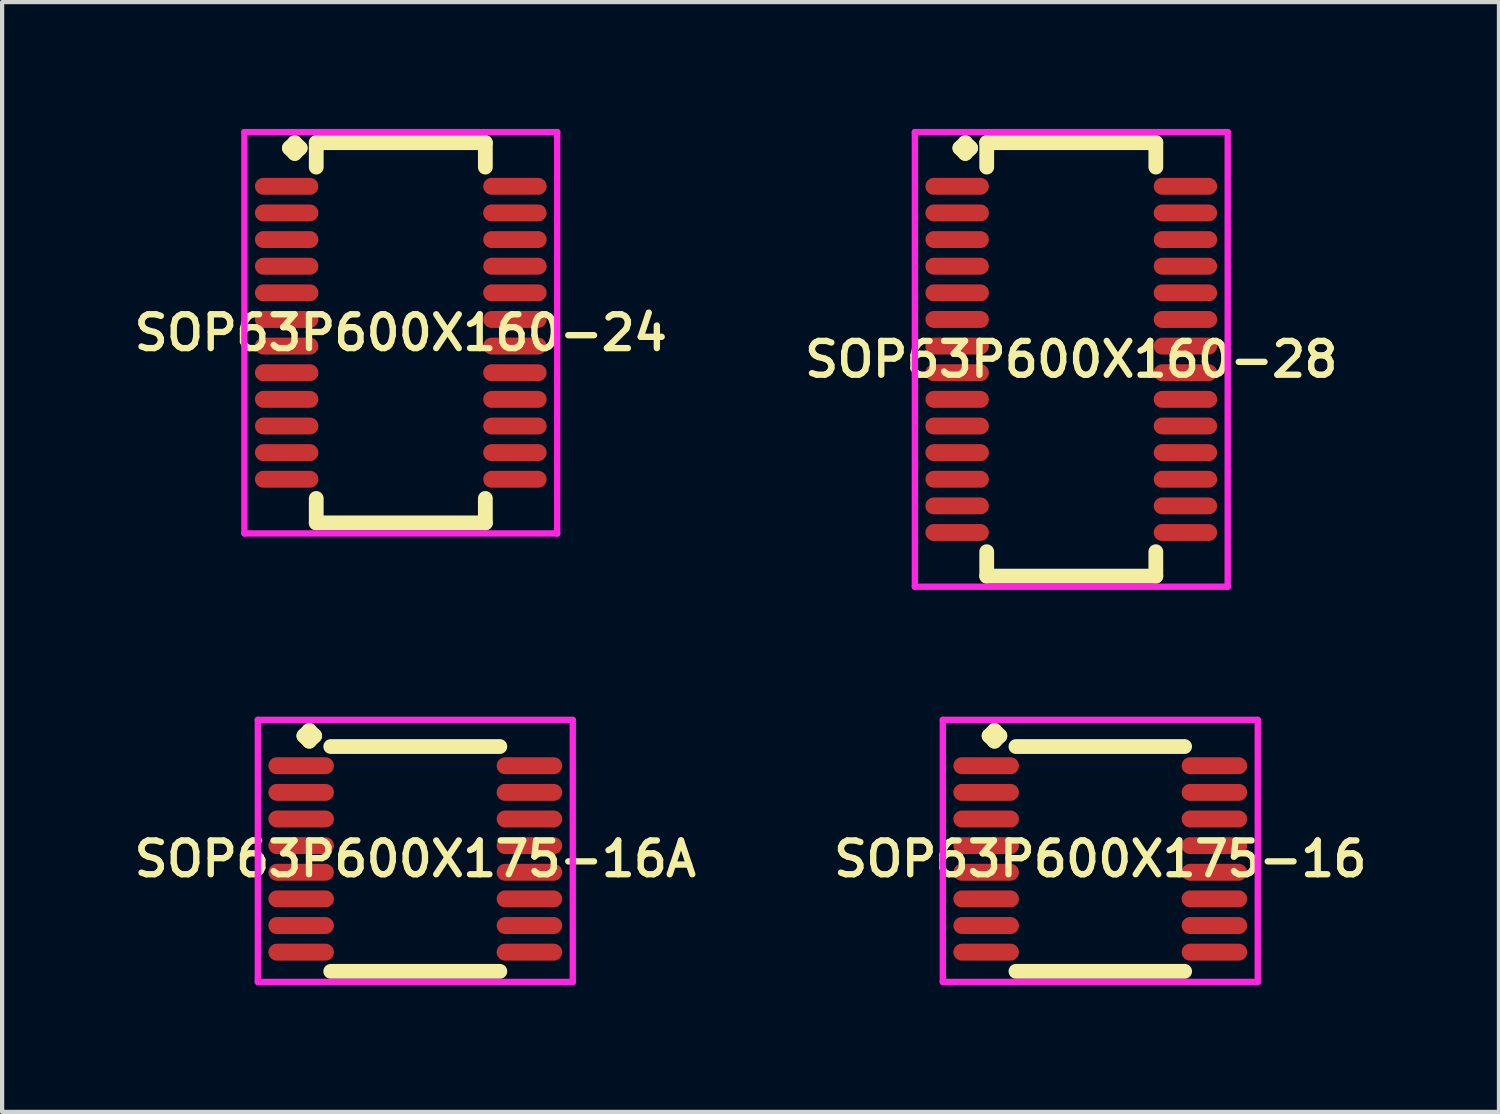
<source format=kicad_pcb>
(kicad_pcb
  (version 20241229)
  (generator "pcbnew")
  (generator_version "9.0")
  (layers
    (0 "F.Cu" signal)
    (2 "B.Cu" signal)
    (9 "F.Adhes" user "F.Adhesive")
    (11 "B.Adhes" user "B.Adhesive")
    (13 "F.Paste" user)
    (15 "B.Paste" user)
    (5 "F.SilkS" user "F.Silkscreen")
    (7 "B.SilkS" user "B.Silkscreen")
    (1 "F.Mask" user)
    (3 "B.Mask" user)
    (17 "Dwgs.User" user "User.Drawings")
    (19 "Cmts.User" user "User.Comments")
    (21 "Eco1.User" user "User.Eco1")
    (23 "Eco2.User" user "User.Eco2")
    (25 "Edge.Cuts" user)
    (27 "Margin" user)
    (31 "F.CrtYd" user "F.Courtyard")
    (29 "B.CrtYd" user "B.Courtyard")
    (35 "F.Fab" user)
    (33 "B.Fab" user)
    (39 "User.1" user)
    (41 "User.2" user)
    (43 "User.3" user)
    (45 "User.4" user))
  (footprint "SOP63P600X175-16"
    (layer "F.Cu")
    (at 22.978 17.269)
    (property "Reference" "SOP63P600X175-16" (at 0 0 0) (layer "F.SilkS") (effects (font (size 0.8 0.8) (thickness 0.15))))
    (attr smd)
    (fp_line (start -2.63 -2.913) (end -2.503 -3.04) (stroke (width 0.35) (type solid)) (layer "F.SilkS"))
    (fp_line (start -2.503 -3.04) (end -2.376 -2.913) (stroke (width 0.35) (type solid)) (layer "F.SilkS"))
    (fp_line (start -2.503 -2.786) (end -2.63 -2.913) (stroke (width 0.35) (type solid)) (layer "F.SilkS"))
    (fp_line (start -2.376 -2.913) (end -2.503 -2.786) (stroke (width 0.35) (type solid)) (layer "F.SilkS"))
    (fp_line (start -1.995 -2.659) (end 1.995 -2.659) (stroke (width 0.35) (type solid)) (layer "F.SilkS"))
    (fp_line (start -1.995 2.659) (end 1.995 2.659) (stroke (width 0.35) (type solid)) (layer "F.SilkS"))
    (fp_line (start -3.725 -3.29) (end 3.725 -3.29) (stroke (width 0.15) (type solid)) (layer "F.CrtYd"))
    (fp_line (start -3.725 2.909) (end -3.725 -3.29) (stroke (width 0.15) (type solid)) (layer "F.CrtYd"))
    (fp_line (start 3.725 -3.29) (end 3.725 2.909) (stroke (width 0.15) (type solid)) (layer "F.CrtYd"))
    (fp_line (start 3.725 2.909) (end -3.725 2.909) (stroke (width 0.15) (type solid)) (layer "F.CrtYd"))
    (pad "1" smd oval (at -2.7 -2.205) (size 1.55 0.4) (layers "F.Cu" "F.Mask" "F.Paste"))
    (pad "2" smd oval (at -2.7 -1.575) (size 1.55 0.4) (layers "F.Cu" "F.Mask" "F.Paste"))
    (pad "3" smd oval (at -2.7 -0.945) (size 1.55 0.4) (layers "F.Cu" "F.Mask" "F.Paste"))
    (pad "4" smd oval (at -2.7 -0.315) (size 1.55 0.4) (layers "F.Cu" "F.Mask" "F.Paste"))
    (pad "5" smd oval (at -2.7 0.315) (size 1.55 0.4) (layers "F.Cu" "F.Mask" "F.Paste"))
    (pad "6" smd oval (at -2.7 0.945) (size 1.55 0.4) (layers "F.Cu" "F.Mask" "F.Paste"))
    (pad "7" smd oval (at -2.7 1.575) (size 1.55 0.4) (layers "F.Cu" "F.Mask" "F.Paste"))
    (pad "8" smd oval (at -2.7 2.205) (size 1.55 0.4) (layers "F.Cu" "F.Mask" "F.Paste"))
    (pad "9" smd oval (at 2.7 2.205) (size 1.55 0.4) (layers "F.Cu" "F.Mask" "F.Paste"))
    (pad "10" smd oval (at 2.7 1.575) (size 1.55 0.4) (layers "F.Cu" "F.Mask" "F.Paste"))
    (pad "11" smd oval (at 2.7 0.945) (size 1.55 0.4) (layers "F.Cu" "F.Mask" "F.Paste"))
    (pad "12" smd oval (at 2.7 0.315) (size 1.55 0.4) (layers "F.Cu" "F.Mask" "F.Paste"))
    (pad "13" smd oval (at 2.7 -0.315) (size 1.55 0.4) (layers "F.Cu" "F.Mask" "F.Paste"))
    (pad "14" smd oval (at 2.7 -0.945) (size 1.55 0.4) (layers "F.Cu" "F.Mask" "F.Paste"))
    (pad "15" smd oval (at 2.7 -1.575) (size 1.55 0.4) (layers "F.Cu" "F.Mask" "F.Paste"))
    (pad "16" smd oval (at 2.7 -2.205) (size 1.55 0.4) (layers "F.Cu" "F.Mask" "F.Paste")))
  (footprint "SOP63P600X160-24"
    (layer "F.Cu")
    (at 6.431 4.822)
    (property "Reference" "SOP63P600X160-24" (at 0 0 0) (layer "F.SilkS") (effects (font (size 0.8 0.8) (thickness 0.15))))
    (attr through_hole)
    (fp_line (start -2.635 -4.37) (end -2.508 -4.497) (stroke (width 0.35) (type solid)) (layer "F.SilkS"))
    (fp_line (start -2.508 -4.497) (end -2.381 -4.37) (stroke (width 0.35) (type solid)) (layer "F.SilkS"))
    (fp_line (start -2.508 -4.243) (end -2.635 -4.37) (stroke (width 0.35) (type solid)) (layer "F.SilkS"))
    (fp_line (start -2.381 -4.37) (end -2.508 -4.243) (stroke (width 0.35) (type solid)) (layer "F.SilkS"))
    (fp_line (start -2 -4.497) (end 2 -4.497) (stroke (width 0.35) (type solid)) (layer "F.SilkS"))
    (fp_line (start -2 -3.919) (end -2 -4.497) (stroke (width 0.35) (type solid)) (layer "F.SilkS"))
    (fp_line (start -2 3.919) (end -2 4.497) (stroke (width 0.35) (type solid)) (layer "F.SilkS"))
    (fp_line (start -2 4.497) (end 2 4.497) (stroke (width 0.35) (type solid)) (layer "F.SilkS"))
    (fp_line (start 2 -4.497) (end 2 -3.919) (stroke (width 0.35) (type solid)) (layer "F.SilkS"))
    (fp_line (start 2 4.497) (end 2 3.919) (stroke (width 0.35) (type solid)) (layer "F.SilkS"))
    (fp_line (start -3.7 -4.747) (end 3.7 -4.747) (stroke (width 0.15) (type solid)) (layer "F.CrtYd"))
    (fp_line (start -3.7 4.747) (end -3.7 -4.747) (stroke (width 0.15) (type solid)) (layer "F.CrtYd"))
    (fp_line (start 3.7 -4.747) (end 3.7 4.747) (stroke (width 0.15) (type solid)) (layer "F.CrtYd"))
    (fp_line (start 3.7 4.747) (end -3.7 4.747) (stroke (width 0.15) (type solid)) (layer "F.CrtYd"))
    (pad "1" smd oval (at -2.7 -3.465) (size 1.5 0.4) (layers "F.Cu" "F.Mask" "F.Paste"))
    (pad "2" smd oval (at -2.7 -2.835) (size 1.5 0.4) (layers "F.Cu" "F.Mask" "F.Paste"))
    (pad "3" smd oval (at -2.7 -2.205) (size 1.5 0.4) (layers "F.Cu" "F.Mask" "F.Paste"))
    (pad "4" smd oval (at -2.7 -1.575) (size 1.5 0.4) (layers "F.Cu" "F.Mask" "F.Paste"))
    (pad "5" smd oval (at -2.7 -0.945) (size 1.5 0.4) (layers "F.Cu" "F.Mask" "F.Paste"))
    (pad "6" smd oval (at -2.7 -0.315) (size 1.5 0.4) (layers "F.Cu" "F.Mask" "F.Paste"))
    (pad "7" smd oval (at -2.7 0.315) (size 1.5 0.4) (layers "F.Cu" "F.Mask" "F.Paste"))
    (pad "8" smd oval (at -2.7 0.945) (size 1.5 0.4) (layers "F.Cu" "F.Mask" "F.Paste"))
    (pad "9" smd oval (at -2.7 1.575) (size 1.5 0.4) (layers "F.Cu" "F.Mask" "F.Paste"))
    (pad "10" smd oval (at -2.7 2.205) (size 1.5 0.4) (layers "F.Cu" "F.Mask" "F.Paste"))
    (pad "11" smd oval (at -2.7 2.835) (size 1.5 0.4) (layers "F.Cu" "F.Mask" "F.Paste"))
    (pad "12" smd oval (at -2.7 3.465) (size 1.5 0.4) (layers "F.Cu" "F.Mask" "F.Paste"))
    (pad "13" smd oval (at 2.7 3.465) (size 1.5 0.4) (layers "F.Cu" "F.Mask" "F.Paste"))
    (pad "14" smd oval (at 2.7 2.835) (size 1.5 0.4) (layers "F.Cu" "F.Mask" "F.Paste"))
    (pad "15" smd oval (at 2.7 2.205) (size 1.5 0.4) (layers "F.Cu" "F.Mask" "F.Paste"))
    (pad "16" smd oval (at 2.7 1.575) (size 1.5 0.4) (layers "F.Cu" "F.Mask" "F.Paste"))
    (pad "17" smd oval (at 2.7 0.945) (size 1.5 0.4) (layers "F.Cu" "F.Mask" "F.Paste"))
    (pad "18" smd oval (at 2.7 0.315) (size 1.5 0.4) (layers "F.Cu" "F.Mask" "F.Paste"))
    (pad "19" smd oval (at 2.7 -0.315) (size 1.5 0.4) (layers "F.Cu" "F.Mask" "F.Paste"))
    (pad "20" smd oval (at 2.7 -0.945) (size 1.5 0.4) (layers "F.Cu" "F.Mask" "F.Paste"))
    (pad "21" smd oval (at 2.7 -1.575) (size 1.5 0.4) (layers "F.Cu" "F.Mask" "F.Paste"))
    (pad "22" smd oval (at 2.7 -2.205) (size 1.5 0.4) (layers "F.Cu" "F.Mask" "F.Paste"))
    (pad "23" smd oval (at 2.7 -2.835) (size 1.5 0.4) (layers "F.Cu" "F.Mask" "F.Paste"))
    (pad "24" smd oval (at 2.7 -3.465) (size 1.5 0.4) (layers "F.Cu" "F.Mask" "F.Paste")))
  (footprint "SOP63P600X160-28"
    (layer "F.Cu")
    (at 22.292 5.452)
    (property "Reference" "SOP63P600X160-28" (at 0 0 0) (layer "F.SilkS") (effects (font (size 0.8 0.8) (thickness 0.15))))
    (attr through_hole)
    (fp_line (start -2.635 -5) (end -2.508 -5.127) (stroke (width 0.35) (type solid)) (layer "F.SilkS"))
    (fp_line (start -2.508 -5.127) (end -2.381 -5) (stroke (width 0.35) (type solid)) (layer "F.SilkS"))
    (fp_line (start -2.508 -4.873) (end -2.635 -5) (stroke (width 0.35) (type solid)) (layer "F.SilkS"))
    (fp_line (start -2.381 -5) (end -2.508 -4.873) (stroke (width 0.35) (type solid)) (layer "F.SilkS"))
    (fp_line (start -2 -5.127) (end 2 -5.127) (stroke (width 0.35) (type solid)) (layer "F.SilkS"))
    (fp_line (start -2 -4.549) (end -2 -5.127) (stroke (width 0.35) (type solid)) (layer "F.SilkS"))
    (fp_line (start -2 4.549) (end -2 5.127) (stroke (width 0.35) (type solid)) (layer "F.SilkS"))
    (fp_line (start -2 5.127) (end 2 5.127) (stroke (width 0.35) (type solid)) (layer "F.SilkS"))
    (fp_line (start 2 -5.127) (end 2 -4.549) (stroke (width 0.35) (type solid)) (layer "F.SilkS"))
    (fp_line (start 2 5.127) (end 2 4.549) (stroke (width 0.35) (type solid)) (layer "F.SilkS"))
    (fp_line (start -3.7 -5.377) (end 3.7 -5.377) (stroke (width 0.15) (type solid)) (layer "F.CrtYd"))
    (fp_line (start -3.7 5.377) (end -3.7 -5.377) (stroke (width 0.15) (type solid)) (layer "F.CrtYd"))
    (fp_line (start 3.7 -5.377) (end 3.7 5.377) (stroke (width 0.15) (type solid)) (layer "F.CrtYd"))
    (fp_line (start 3.7 5.377) (end -3.7 5.377) (stroke (width 0.15) (type solid)) (layer "F.CrtYd"))
    (pad "1" smd oval (at -2.7 -4.095) (size 1.5 0.4) (layers "F.Cu" "F.Mask" "F.Paste"))
    (pad "2" smd oval (at -2.7 -3.465) (size 1.5 0.4) (layers "F.Cu" "F.Mask" "F.Paste"))
    (pad "3" smd oval (at -2.7 -2.835) (size 1.5 0.4) (layers "F.Cu" "F.Mask" "F.Paste"))
    (pad "4" smd oval (at -2.7 -2.205) (size 1.5 0.4) (layers "F.Cu" "F.Mask" "F.Paste"))
    (pad "5" smd oval (at -2.7 -1.575) (size 1.5 0.4) (layers "F.Cu" "F.Mask" "F.Paste"))
    (pad "6" smd oval (at -2.7 -0.945) (size 1.5 0.4) (layers "F.Cu" "F.Mask" "F.Paste"))
    (pad "7" smd oval (at -2.7 -0.315) (size 1.5 0.4) (layers "F.Cu" "F.Mask" "F.Paste"))
    (pad "8" smd oval (at -2.7 0.315) (size 1.5 0.4) (layers "F.Cu" "F.Mask" "F.Paste"))
    (pad "9" smd oval (at -2.7 0.945) (size 1.5 0.4) (layers "F.Cu" "F.Mask" "F.Paste"))
    (pad "10" smd oval (at -2.7 1.575) (size 1.5 0.4) (layers "F.Cu" "F.Mask" "F.Paste"))
    (pad "11" smd oval (at -2.7 2.205) (size 1.5 0.4) (layers "F.Cu" "F.Mask" "F.Paste"))
    (pad "12" smd oval (at -2.7 2.835) (size 1.5 0.4) (layers "F.Cu" "F.Mask" "F.Paste"))
    (pad "13" smd oval (at -2.7 3.465) (size 1.5 0.4) (layers "F.Cu" "F.Mask" "F.Paste"))
    (pad "14" smd oval (at -2.7 4.095) (size 1.5 0.4) (layers "F.Cu" "F.Mask" "F.Paste"))
    (pad "15" smd oval (at 2.7 4.095) (size 1.5 0.4) (layers "F.Cu" "F.Mask" "F.Paste"))
    (pad "16" smd oval (at 2.7 3.465) (size 1.5 0.4) (layers "F.Cu" "F.Mask" "F.Paste"))
    (pad "17" smd oval (at 2.7 2.835) (size 1.5 0.4) (layers "F.Cu" "F.Mask" "F.Paste"))
    (pad "18" smd oval (at 2.7 2.205) (size 1.5 0.4) (layers "F.Cu" "F.Mask" "F.Paste"))
    (pad "19" smd oval (at 2.7 1.575) (size 1.5 0.4) (layers "F.Cu" "F.Mask" "F.Paste"))
    (pad "20" smd oval (at 2.7 0.945) (size 1.5 0.4) (layers "F.Cu" "F.Mask" "F.Paste"))
    (pad "21" smd oval (at 2.7 0.315) (size 1.5 0.4) (layers "F.Cu" "F.Mask" "F.Paste"))
    (pad "22" smd oval (at 2.7 -0.315) (size 1.5 0.4) (layers "F.Cu" "F.Mask" "F.Paste"))
    (pad "23" smd oval (at 2.7 -0.945) (size 1.5 0.4) (layers "F.Cu" "F.Mask" "F.Paste"))
    (pad "24" smd oval (at 2.7 -1.575) (size 1.5 0.4) (layers "F.Cu" "F.Mask" "F.Paste"))
    (pad "25" smd oval (at 2.7 -2.205) (size 1.5 0.4) (layers "F.Cu" "F.Mask" "F.Paste"))
    (pad "26" smd oval (at 2.7 -2.835) (size 1.5 0.4) (layers "F.Cu" "F.Mask" "F.Paste"))
    (pad "27" smd oval (at 2.7 -3.465) (size 1.5 0.4) (layers "F.Cu" "F.Mask" "F.Paste"))
    (pad "28" smd oval (at 2.7 -4.095) (size 1.5 0.4) (layers "F.Cu" "F.Mask" "F.Paste")))
  (footprint "SOP63P600X175-16A"
    (layer "F.Cu")
    (at 6.774 17.269)
    (property "Reference" "SOP63P600X175-16A" (at 0 0 0) (layer "F.SilkS") (effects (font (size 0.8 0.8) (thickness 0.15))))
    (attr smd)
    (fp_line (start -2.635 -2.913) (end -2.508 -3.04) (stroke (width 0.35) (type solid)) (layer "F.SilkS"))
    (fp_line (start -2.508 -3.04) (end -2.381 -2.913) (stroke (width 0.35) (type solid)) (layer "F.SilkS"))
    (fp_line (start -2.508 -2.786) (end -2.635 -2.913) (stroke (width 0.35) (type solid)) (layer "F.SilkS"))
    (fp_line (start -2.381 -2.913) (end -2.508 -2.786) (stroke (width 0.35) (type solid)) (layer "F.SilkS"))
    (fp_line (start -2 -2.659) (end 2 -2.659) (stroke (width 0.35) (type solid)) (layer "F.SilkS"))
    (fp_line (start -2 2.659) (end 2 2.659) (stroke (width 0.35) (type solid)) (layer "F.SilkS"))
    (fp_line (start -3.725 -3.29) (end 3.725 -3.29) (stroke (width 0.15) (type solid)) (layer "F.CrtYd"))
    (fp_line (start -3.725 2.909) (end -3.725 -3.29) (stroke (width 0.15) (type solid)) (layer "F.CrtYd"))
    (fp_line (start 3.725 -3.29) (end 3.725 2.909) (stroke (width 0.15) (type solid)) (layer "F.CrtYd"))
    (fp_line (start 3.725 2.909) (end -3.725 2.909) (stroke (width 0.15) (type solid)) (layer "F.CrtYd"))
    (pad "1" smd oval (at -2.7 -2.205) (size 1.55 0.4) (layers "F.Cu" "F.Mask" "F.Paste"))
    (pad "2" smd oval (at -2.7 -1.575) (size 1.55 0.4) (layers "F.Cu" "F.Mask" "F.Paste"))
    (pad "3" smd oval (at -2.7 -0.945) (size 1.55 0.4) (layers "F.Cu" "F.Mask" "F.Paste"))
    (pad "4" smd oval (at -2.7 -0.315) (size 1.55 0.4) (layers "F.Cu" "F.Mask" "F.Paste"))
    (pad "5" smd oval (at -2.7 0.315) (size 1.55 0.4) (layers "F.Cu" "F.Mask" "F.Paste"))
    (pad "6" smd oval (at -2.7 0.945) (size 1.55 0.4) (layers "F.Cu" "F.Mask" "F.Paste"))
    (pad "7" smd oval (at -2.7 1.575) (size 1.55 0.4) (layers "F.Cu" "F.Mask" "F.Paste"))
    (pad "8" smd oval (at -2.7 2.205) (size 1.55 0.4) (layers "F.Cu" "F.Mask" "F.Paste"))
    (pad "9" smd oval (at 2.7 2.205) (size 1.55 0.4) (layers "F.Cu" "F.Mask" "F.Paste"))
    (pad "10" smd oval (at 2.7 1.575) (size 1.55 0.4) (layers "F.Cu" "F.Mask" "F.Paste"))
    (pad "11" smd oval (at 2.7 0.945) (size 1.55 0.4) (layers "F.Cu" "F.Mask" "F.Paste"))
    (pad "12" smd oval (at 2.7 0.315) (size 1.55 0.4) (layers "F.Cu" "F.Mask" "F.Paste"))
    (pad "13" smd oval (at 2.7 -0.315) (size 1.55 0.4) (layers "F.Cu" "F.Mask" "F.Paste"))
    (pad "14" smd oval (at 2.7 -0.945) (size 1.55 0.4) (layers "F.Cu" "F.Mask" "F.Paste"))
    (pad "15" smd oval (at 2.7 -1.575) (size 1.55 0.4) (layers "F.Cu" "F.Mask" "F.Paste"))
    (pad "16" smd oval (at 2.7 -2.205) (size 1.55 0.4) (layers "F.Cu" "F.Mask" "F.Paste")))
  (gr_rect
    (start -3 -3)
    (end 32.409 23.253)
    (stroke (width 0.1) (type default))
    (fill no)
    (layer "Edge.Cuts")))
</source>
